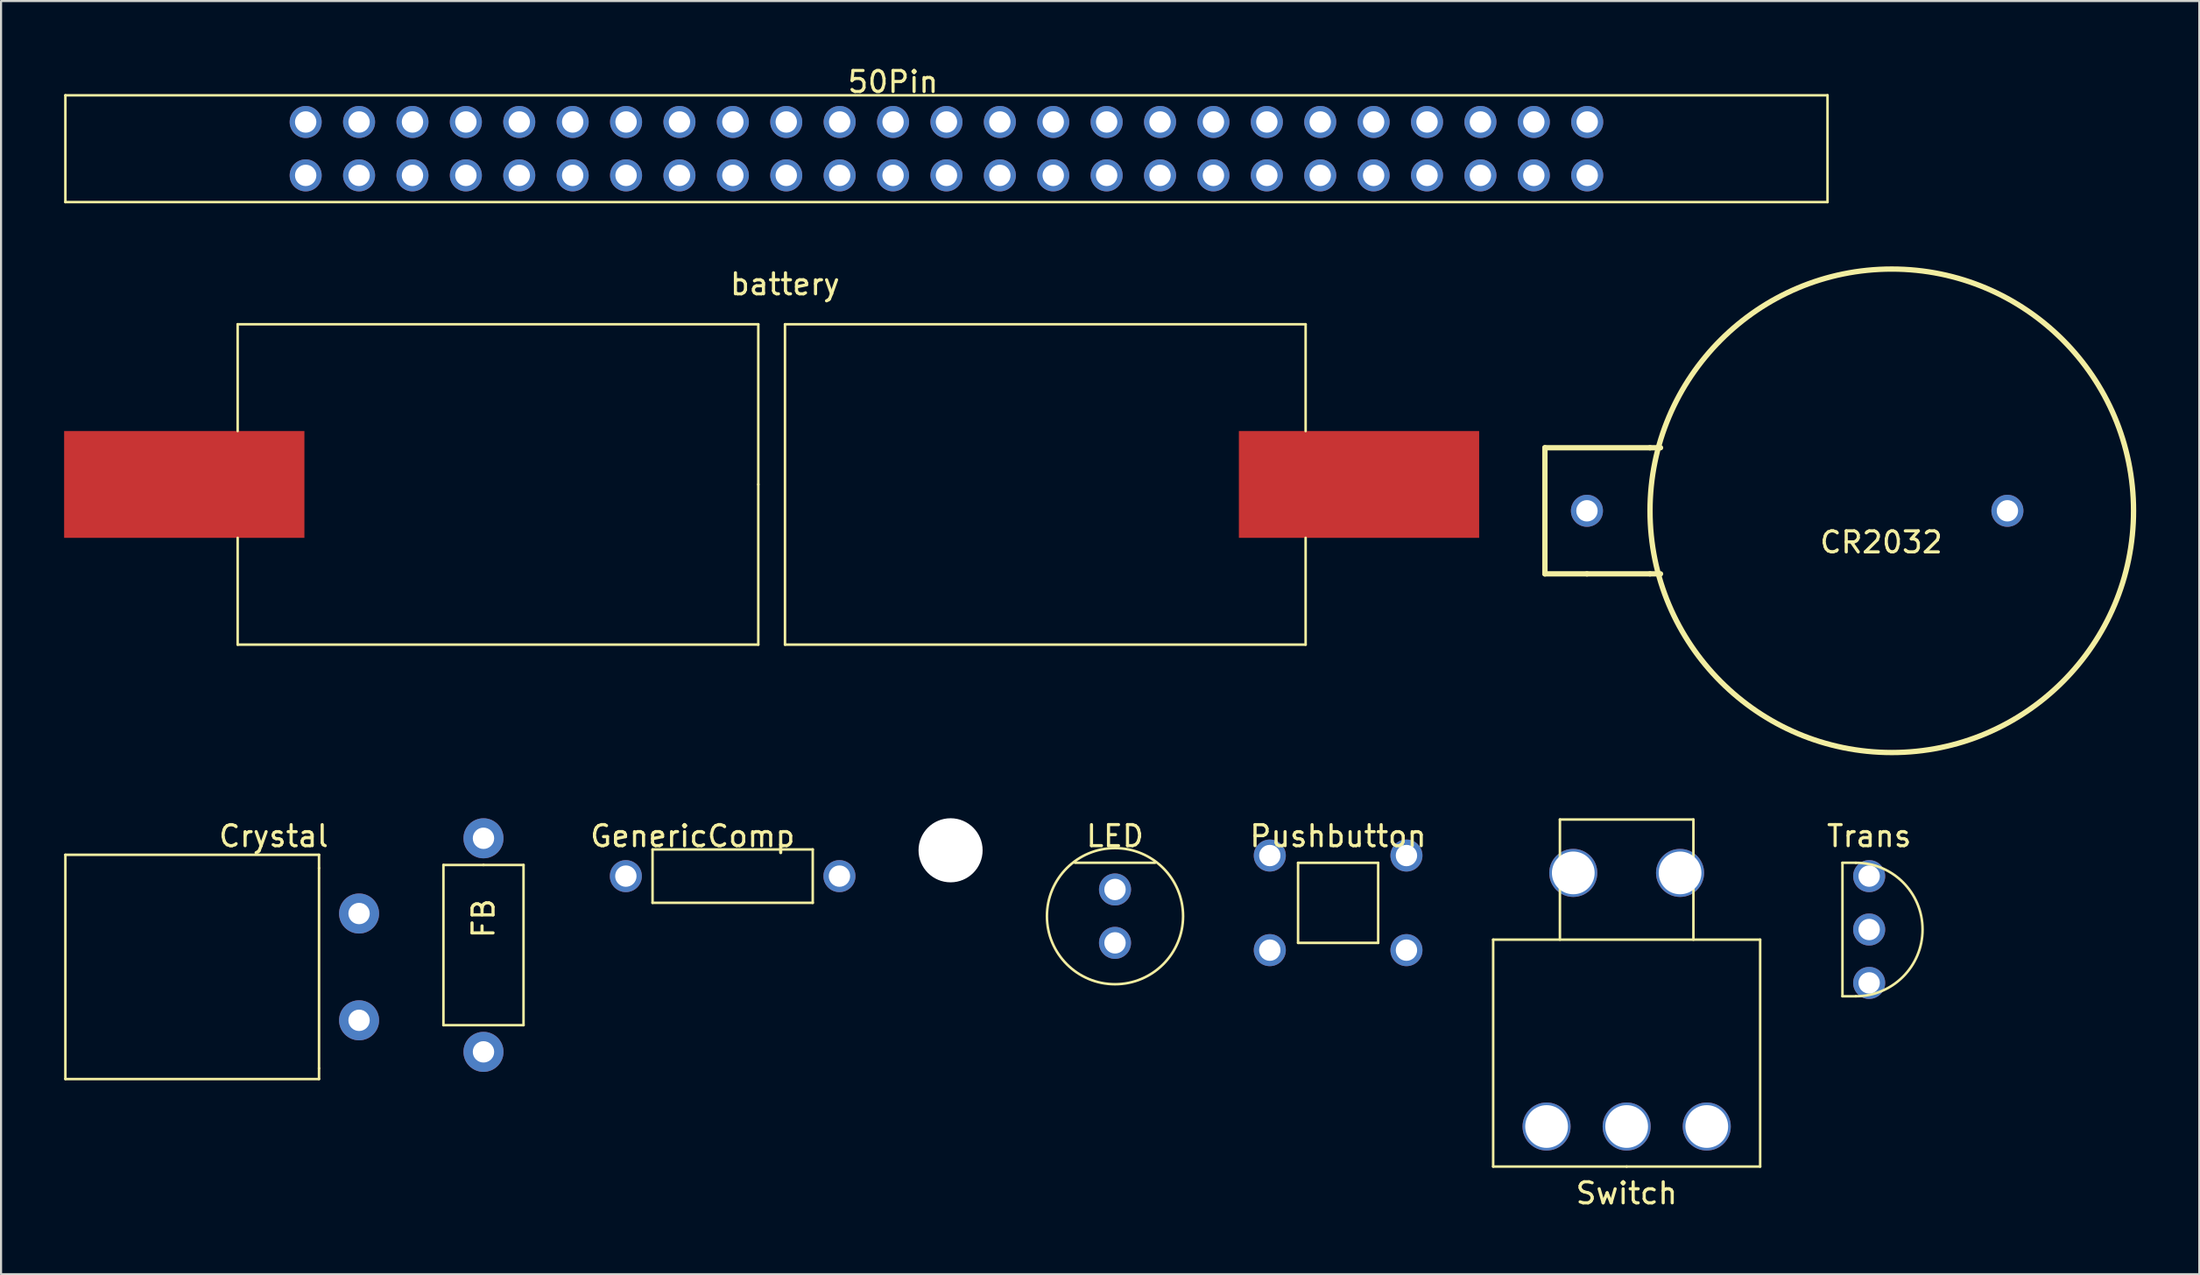
<source format=kicad_pcb>
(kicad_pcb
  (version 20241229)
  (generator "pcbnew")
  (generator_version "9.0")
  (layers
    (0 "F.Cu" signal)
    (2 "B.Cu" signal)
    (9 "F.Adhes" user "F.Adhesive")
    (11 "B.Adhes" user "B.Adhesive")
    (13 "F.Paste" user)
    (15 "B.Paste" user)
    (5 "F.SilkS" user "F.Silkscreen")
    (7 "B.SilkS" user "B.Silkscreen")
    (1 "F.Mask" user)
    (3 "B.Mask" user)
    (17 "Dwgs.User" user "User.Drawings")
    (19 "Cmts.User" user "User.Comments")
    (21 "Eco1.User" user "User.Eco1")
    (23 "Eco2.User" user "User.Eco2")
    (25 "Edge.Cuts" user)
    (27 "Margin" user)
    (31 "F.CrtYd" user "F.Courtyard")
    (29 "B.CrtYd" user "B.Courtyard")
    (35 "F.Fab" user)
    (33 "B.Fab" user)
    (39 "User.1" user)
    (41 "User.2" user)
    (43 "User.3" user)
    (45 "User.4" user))
  (footprint "Trans"
    (layer "F.Cu")
    (at 85.861 41.17)
    (property "Reference" "Trans" (at 0 -4.445 0) (layer "F.SilkS") (effects (font (size 1 1) (thickness 0.15))))
    (attr through_hole)
    (fp_line (start -1.27 -3.175) (end -1.27 3.175) (stroke (width 0.12) (type solid)) (layer "F.SilkS"))
    (fp_line (start -1.27 3.175) (end -0.635 3.175) (stroke (width 0.12) (type solid)) (layer "F.SilkS"))
    (fp_line (start -0.635 -3.175) (end -1.27 -3.175) (stroke (width 0.12) (type solid)) (layer "F.SilkS"))
    (fp_arc (start -0.635 -3.175) (mid 2.54 0) (end -0.635 3.175) (stroke (width 0.12) (type solid)) (layer "F.SilkS"))
    (pad "1" thru_hole circle (at 0 -2.54) (size 1.524 1.524) (drill 1.016) (layers "*.Cu" "*.Mask"))
    (pad "2" thru_hole circle (at 0 0) (size 1.524 1.524) (drill 1.016) (layers "*.Cu" "*.Mask"))
    (pad "3" thru_hole circle (at 0 2.54) (size 1.524 1.524) (drill 1.016) (layers "*.Cu" "*.Mask")))
  (footprint "hole"
    (layer "F.Cu")
    (at 42.166 37.401)
    (property "Reference" "hole" (at 0 0.635 0) (layer "F.SilkS") (effects (font (size 0.254 0.254) (thickness 0.064))))
    (attr through_hole)
    (pad "" np_thru_hole circle (at 0 0) (size 3.048 3.048) (drill 3.048) (layers "*.Cu" "*.Mask")))
  (footprint "battery"
    (layer "F.Cu")
    (at 33.655 19.997)
    (property "Reference" "battery" (at 0.635 -9.525 0) (layer "F.SilkS") (effects (font (size 1 1) (thickness 0.15))))
    (attr through_hole)
    (fp_line (start -25.4 -7.62) (end -25.4 -2.54) (stroke (width 0.12) (type solid)) (layer "F.SilkS"))
    (fp_line (start -25.4 -7.62) (end -0.635 -7.62) (stroke (width 0.12) (type solid)) (layer "F.SilkS"))
    (fp_line (start -25.4 7.62) (end -25.4 2.54) (stroke (width 0.12) (type solid)) (layer "F.SilkS"))
    (fp_line (start -0.635 0) (end -0.635 -7.62) (stroke (width 0.12) (type solid)) (layer "F.SilkS"))
    (fp_line (start -0.635 0) (end -0.635 7.62) (stroke (width 0.12) (type solid)) (layer "F.SilkS"))
    (fp_line (start -0.635 7.62) (end -25.4 7.62) (stroke (width 0.12) (type solid)) (layer "F.SilkS"))
    (fp_line (start 0.635 -7.62) (end 25.4 -7.62) (stroke (width 0.12) (type solid)) (layer "F.SilkS"))
    (fp_line (start 0.635 7.62) (end 0.635 -7.62) (stroke (width 0.12) (type solid)) (layer "F.SilkS"))
    (fp_line (start 0.635 7.62) (end 25.4 7.62) (stroke (width 0.12) (type solid)) (layer "F.SilkS"))
    (fp_line (start 25.4 -7.62) (end 25.4 -2.54) (stroke (width 0.12) (type solid)) (layer "F.SilkS"))
    (fp_line (start 25.4 7.62) (end 25.4 2.54) (stroke (width 0.12) (type solid)) (layer "F.SilkS"))
    (pad "1" smd rect (at -27.94 0) (size 11.43 5.08) (layers "F.Cu" "F.Mask" "F.Paste"))
    (pad "2" smd rect (at 27.94 0) (size 11.43 5.08) (layers "F.Cu" "F.Mask" "F.Paste")))
  (footprint "FB"
    (layer "F.Cu")
    (at 19.948 41.91)
    (property "Reference" "FB" (at 0 -1.27 90) (layer "F.SilkS") (effects (font (size 1 1) (thickness 0.15))))
    (attr through_hole)
    (fp_line (start -1.905 -3.81) (end 0 -3.81) (stroke (width 0.12) (type solid)) (layer "F.SilkS"))
    (fp_line (start -1.905 3.81) (end -1.905 -3.81) (stroke (width 0.12) (type solid)) (layer "F.SilkS"))
    (fp_line (start 0 -3.81) (end 1.905 -3.81) (stroke (width 0.12) (type solid)) (layer "F.SilkS"))
    (fp_line (start 1.905 -3.81) (end 1.905 3.81) (stroke (width 0.12) (type solid)) (layer "F.SilkS"))
    (fp_line (start 1.905 3.81) (end -1.905 3.81) (stroke (width 0.12) (type solid)) (layer "F.SilkS"))
    (pad "1" thru_hole circle (at 0 -5.08) (size 1.905 1.905) (drill 1.016) (layers "*.Cu" "*.Mask"))
    (pad "2" thru_hole circle (at 0 5.08) (size 1.905 1.905) (drill 1.016) (layers "*.Cu" "*.Mask")))
  (footprint "LED"
    (layer "F.Cu")
    (at 49.988 40.535)
    (property "Reference" "LED" (at 0 -3.81 0) (layer "F.SilkS") (effects (font (size 1 1) (thickness 0.15))))
    (attr through_hole)
    (fp_line (start 1.905 -2.54) (end -1.905 -2.54) (stroke (width 0.12) (type solid)) (layer "F.SilkS"))
    (fp_circle (center 0 0) (end -3.175 0.635) (stroke (width 0.12) (type solid)) (fill no) (layer "F.SilkS"))
    (pad "1" thru_hole circle (at 0 -1.27) (size 1.524 1.524) (drill 1.016) (layers "*.Cu" "*.Mask"))
    (pad "2" thru_hole circle (at 0 1.27) (size 1.524 1.524) (drill 1.016) (layers "*.Cu" "*.Mask")))
  (footprint "50Pin"
    (layer "F.Cu")
    (at 41.97 4.023)
    (property "Reference" "50Pin" (at -2.54 -3.175 0) (layer "F.SilkS") (effects (font (size 1 1) (thickness 0.15))))
    (attr through_hole)
    (fp_line (start -41.91 -2.54) (end -41.91 2.54) (stroke (width 0.12) (type solid)) (layer "F.SilkS"))
    (fp_line (start -41.91 2.54) (end 41.91 2.54) (stroke (width 0.12) (type solid)) (layer "F.SilkS"))
    (fp_line (start 41.91 -2.54) (end -41.91 -2.54) (stroke (width 0.12) (type solid)) (layer "F.SilkS"))
    (fp_line (start 41.91 2.54) (end 41.91 -2.54) (stroke (width 0.12) (type solid)) (layer "F.SilkS"))
    (pad "1" thru_hole circle (at -30.48 -1.27 90) (size 1.524 1.524) (drill 1.016) (layers "*.Cu" "*.Mask"))
    (pad "2" thru_hole circle (at -30.48 1.27 90) (size 1.524 1.524) (drill 1.016) (layers "*.Cu" "*.Mask"))
    (pad "3" thru_hole circle (at -27.94 -1.27 90) (size 1.524 1.524) (drill 1.016) (layers "*.Cu" "*.Mask"))
    (pad "4" thru_hole circle (at -27.94 1.27 90) (size 1.524 1.524) (drill 1.016) (layers "*.Cu" "*.Mask"))
    (pad "5" thru_hole circle (at -25.4 -1.27 90) (size 1.524 1.524) (drill 1.016) (layers "*.Cu" "*.Mask"))
    (pad "6" thru_hole circle (at -25.4 1.27 90) (size 1.524 1.524) (drill 1.016) (layers "*.Cu" "*.Mask"))
    (pad "7" thru_hole circle (at -22.86 -1.27 90) (size 1.524 1.524) (drill 1.016) (layers "*.Cu" "*.Mask"))
    (pad "8" thru_hole circle (at -22.86 1.27 90) (size 1.524 1.524) (drill 1.016) (layers "*.Cu" "*.Mask"))
    (pad "9" thru_hole circle (at -20.32 -1.27 90) (size 1.524 1.524) (drill 1.016) (layers "*.Cu" "*.Mask"))
    (pad "10" thru_hole circle (at -20.32 1.27 90) (size 1.524 1.524) (drill 1.016) (layers "*.Cu" "*.Mask"))
    (pad "11" thru_hole circle (at -17.78 -1.27 90) (size 1.524 1.524) (drill 1.016) (layers "*.Cu" "*.Mask"))
    (pad "12" thru_hole circle (at -17.78 1.27 90) (size 1.524 1.524) (drill 1.016) (layers "*.Cu" "*.Mask"))
    (pad "13" thru_hole circle (at -15.24 -1.27 90) (size 1.524 1.524) (drill 1.016) (layers "*.Cu" "*.Mask"))
    (pad "14" thru_hole circle (at -15.24 1.27 90) (size 1.524 1.524) (drill 1.016) (layers "*.Cu" "*.Mask"))
    (pad "15" thru_hole circle (at -12.7 -1.27 90) (size 1.524 1.524) (drill 1.016) (layers "*.Cu" "*.Mask"))
    (pad "16" thru_hole circle (at -12.7 1.27 90) (size 1.524 1.524) (drill 1.016) (layers "*.Cu" "*.Mask"))
    (pad "17" thru_hole circle (at -10.16 -1.27 90) (size 1.524 1.524) (drill 1.016) (layers "*.Cu" "*.Mask"))
    (pad "18" thru_hole circle (at -10.16 1.27 90) (size 1.524 1.524) (drill 1.016) (layers "*.Cu" "*.Mask"))
    (pad "19" thru_hole circle (at -7.62 -1.27 90) (size 1.524 1.524) (drill 1.016) (layers "*.Cu" "*.Mask"))
    (pad "20" thru_hole circle (at -7.62 1.27 90) (size 1.524 1.524) (drill 1.016) (layers "*.Cu" "*.Mask"))
    (pad "21" thru_hole circle (at -5.08 -1.27 90) (size 1.524 1.524) (drill 1.016) (layers "*.Cu" "*.Mask"))
    (pad "22" thru_hole circle (at -5.08 1.27 90) (size 1.524 1.524) (drill 1.016) (layers "*.Cu" "*.Mask"))
    (pad "23" thru_hole circle (at -2.54 -1.27 90) (size 1.524 1.524) (drill 1.016) (layers "*.Cu" "*.Mask"))
    (pad "24" thru_hole circle (at -2.54 1.27 90) (size 1.524 1.524) (drill 1.016) (layers "*.Cu" "*.Mask"))
    (pad "25" thru_hole circle (at 0 -1.27 90) (size 1.524 1.524) (drill 1.016) (layers "*.Cu" "*.Mask"))
    (pad "26" thru_hole circle (at 0 1.27 90) (size 1.524 1.524) (drill 1.016) (layers "*.Cu" "*.Mask"))
    (pad "27" thru_hole circle (at 2.54 -1.27 90) (size 1.524 1.524) (drill 1.016) (layers "*.Cu" "*.Mask"))
    (pad "28" thru_hole circle (at 2.54 1.27 90) (size 1.524 1.524) (drill 1.016) (layers "*.Cu" "*.Mask"))
    (pad "29" thru_hole circle (at 5.08 -1.27 90) (size 1.524 1.524) (drill 1.016) (layers "*.Cu" "*.Mask"))
    (pad "30" thru_hole circle (at 5.08 1.27 90) (size 1.524 1.524) (drill 1.016) (layers "*.Cu" "*.Mask"))
    (pad "31" thru_hole circle (at 7.62 -1.27 90) (size 1.524 1.524) (drill 1.016) (layers "*.Cu" "*.Mask"))
    (pad "32" thru_hole circle (at 7.62 1.27 90) (size 1.524 1.524) (drill 1.016) (layers "*.Cu" "*.Mask"))
    (pad "33" thru_hole circle (at 10.16 -1.27 90) (size 1.524 1.524) (drill 1.016) (layers "*.Cu" "*.Mask"))
    (pad "34" thru_hole circle (at 10.16 1.27 90) (size 1.524 1.524) (drill 1.016) (layers "*.Cu" "*.Mask"))
    (pad "35" thru_hole circle (at 12.7 -1.27 90) (size 1.524 1.524) (drill 1.016) (layers "*.Cu" "*.Mask"))
    (pad "36" thru_hole circle (at 12.7 1.27 90) (size 1.524 1.524) (drill 1.016) (layers "*.Cu" "*.Mask"))
    (pad "37" thru_hole circle (at 15.24 -1.27 90) (size 1.524 1.524) (drill 1.016) (layers "*.Cu" "*.Mask"))
    (pad "38" thru_hole circle (at 15.24 1.27 90) (size 1.524 1.524) (drill 1.016) (layers "*.Cu" "*.Mask"))
    (pad "39" thru_hole circle (at 17.78 -1.27 90) (size 1.524 1.524) (drill 1.016) (layers "*.Cu" "*.Mask"))
    (pad "40" thru_hole circle (at 17.78 1.27 90) (size 1.524 1.524) (drill 1.016) (layers "*.Cu" "*.Mask"))
    (pad "41" thru_hole circle (at 20.32 -1.27 90) (size 1.524 1.524) (drill 1.016) (layers "*.Cu" "*.Mask"))
    (pad "42" thru_hole circle (at 20.32 1.27 90) (size 1.524 1.524) (drill 1.016) (layers "*.Cu" "*.Mask"))
    (pad "43" thru_hole circle (at 22.86 -1.27 90) (size 1.524 1.524) (drill 1.016) (layers "*.Cu" "*.Mask"))
    (pad "44" thru_hole circle (at 22.86 1.27 90) (size 1.524 1.524) (drill 1.016) (layers "*.Cu" "*.Mask"))
    (pad "45" thru_hole circle (at 25.4 -1.27 90) (size 1.524 1.524) (drill 1.016) (layers "*.Cu" "*.Mask"))
    (pad "46" thru_hole circle (at 25.4 1.27 90) (size 1.524 1.524) (drill 1.016) (layers "*.Cu" "*.Mask"))
    (pad "47" thru_hole circle (at 27.94 -1.27 90) (size 1.524 1.524) (drill 1.016) (layers "*.Cu" "*.Mask"))
    (pad "48" thru_hole circle (at 27.94 1.27 90) (size 1.524 1.524) (drill 1.016) (layers "*.Cu" "*.Mask"))
    (pad "49" thru_hole circle (at 30.48 -1.27 90) (size 1.524 1.524) (drill 1.016) (layers "*.Cu" "*.Mask"))
    (pad "50" thru_hole circle (at 30.48 1.27 90) (size 1.524 1.524) (drill 1.016) (layers "*.Cu" "*.Mask")))
  (footprint "CR2032"
    (layer "F.Cu")
    (at 82.437 21.25)
    (property "Reference" "CR2032" (at 4 1.5 0) (layer "F.SilkS") (effects (font (size 1 1) (thickness 0.15))))
    (attr through_hole)
    (fp_line (start -12 -3) (end -7 -3) (stroke (width 0.254) (type solid)) (layer "F.SilkS"))
    (fp_line (start -12 3) (end -12 -3) (stroke (width 0.254) (type solid)) (layer "F.SilkS"))
    (fp_line (start -10 3) (end -12 3) (stroke (width 0.254) (type solid)) (layer "F.SilkS"))
    (fp_line (start -10 3) (end -7 3) (stroke (width 0.254) (type solid)) (layer "F.SilkS"))
    (fp_line (start -7 -3) (end -6.5 -3) (stroke (width 0.254) (type solid)) (layer "F.SilkS"))
    (fp_line (start -7 3) (end -6.5 3) (stroke (width 0.254) (type solid)) (layer "F.SilkS"))
    (fp_circle (center 4.5 0) (end 16 0) (stroke (width 0.254) (type solid)) (fill no) (layer "F.SilkS"))
    (pad "1" thru_hole circle (at -10 0) (size 1.524 1.524) (drill 1.016) (layers "*.Cu" "*.Mask"))
    (pad "2" thru_hole circle (at 10 0) (size 1.524 1.524) (drill 1.016) (layers "*.Cu" "*.Mask")))
  (footprint "Crystal"
    (layer "F.Cu")
    (at 10.855 42.949)
    (property "Reference" "Crystal" (at -0.889 -6.223 0) (layer "F.SilkS") (effects (font (size 1 1) (thickness 0.15))))
    (attr through_hole)
    (fp_line (start -10.795 5.334) (end -10.795 -5.334) (stroke (width 0.12) (type solid)) (layer "F.SilkS"))
    (fp_line (start 1.27 -5.334) (end -10.795 -5.334) (stroke (width 0.12) (type solid)) (layer "F.SilkS"))
    (fp_line (start 1.27 -4.699) (end 1.27 -5.334) (stroke (width 0.12) (type solid)) (layer "F.SilkS"))
    (fp_line (start 1.27 -4.699) (end 1.27 4.826) (stroke (width 0.12) (type solid)) (layer "F.SilkS"))
    (fp_line (start 1.27 4.826) (end 1.27 5.334) (stroke (width 0.12) (type solid)) (layer "F.SilkS"))
    (fp_line (start 1.27 5.334) (end -10.795 5.334) (stroke (width 0.12) (type solid)) (layer "F.SilkS"))
    (pad "1" thru_hole circle (at 3.175 2.54) (size 1.905 1.905) (drill 1.016) (layers "*.Cu" "*.Mask"))
    (pad "2" thru_hole circle (at 3.175 -2.54) (size 1.905 1.905) (drill 1.016) (layers "*.Cu" "*.Mask")))
  (footprint "Pushbutton"
    (layer "F.Cu")
    (at 60.601 39.901)
    (property "Reference" "Pushbutton" (at 0 -3.175 0) (layer "F.SilkS") (effects (font (size 1 1) (thickness 0.15))))
    (attr through_hole)
    (fp_line (start -1.905 -1.905) (end 1.905 -1.905) (stroke (width 0.12) (type solid)) (layer "F.SilkS"))
    (fp_line (start -1.905 1.905) (end -1.905 -1.905) (stroke (width 0.12) (type solid)) (layer "F.SilkS"))
    (fp_line (start 1.905 -1.905) (end 1.905 1.905) (stroke (width 0.12) (type solid)) (layer "F.SilkS"))
    (fp_line (start 1.905 1.905) (end -1.905 1.905) (stroke (width 0.12) (type solid)) (layer "F.SilkS"))
    (pad "1" thru_hole circle (at -3.25 -2.25) (size 1.524 1.524) (drill 1.016) (layers "*.Cu" "*.Mask"))
    (pad "2" thru_hole circle (at 3.25 -2.25) (size 1.524 1.524) (drill 1.016) (layers "*.Cu" "*.Mask"))
    (pad "3" thru_hole circle (at -3.25 2.25) (size 1.524 1.524) (drill 1.016) (layers "*.Cu" "*.Mask"))
    (pad "4" thru_hole circle (at 3.25 2.25) (size 1.524 1.524) (drill 1.016) (layers "*.Cu" "*.Mask")))
  (footprint "Switch"
    (layer "F.Cu")
    (at 74.326 50.542)
    (property "Reference" "Switch" (at 0 3.175 0) (layer "F.SilkS") (effects (font (size 1 1) (thickness 0.15))))
    (attr through_hole)
    (fp_line (start -6.35 -8.89) (end 6.35 -8.89) (stroke (width 0.12) (type solid)) (layer "F.SilkS"))
    (fp_line (start -6.35 1.905) (end -6.35 -8.89) (stroke (width 0.12) (type solid)) (layer "F.SilkS"))
    (fp_line (start -3.175 -8.89) (end -3.175 -14.605) (stroke (width 0.12) (type solid)) (layer "F.SilkS"))
    (fp_line (start 0 1.905) (end -6.35 1.905) (stroke (width 0.12) (type solid)) (layer "F.SilkS"))
    (fp_line (start 0 1.905) (end 6.35 1.905) (stroke (width 0.12) (type solid)) (layer "F.SilkS"))
    (fp_line (start 3.175 -14.605) (end -3.175 -14.605) (stroke (width 0.12) (type solid)) (layer "F.SilkS"))
    (fp_line (start 3.175 -14.605) (end 3.175 -8.89) (stroke (width 0.12) (type solid)) (layer "F.SilkS"))
    (fp_line (start 6.35 -8.89) (end 6.35 1.905) (stroke (width 0.12) (type solid)) (layer "F.SilkS"))
    (pad "" thru_hole circle (at -2.54 -12.065) (size 2.286 2.286) (drill 2.032) (layers "*.Cu" "*.Mask"))
    (pad "" thru_hole circle (at 2.54 -12.065) (size 2.286 2.286) (drill 2.032) (layers "*.Cu" "*.Mask"))
    (pad "1" thru_hole circle (at -3.81 0) (size 2.286 2.286) (drill 2.032) (layers "*.Cu" "*.Mask"))
    (pad "2" thru_hole circle (at 0 0) (size 2.286 2.286) (drill 2.032) (layers "*.Cu" "*.Mask"))
    (pad "3" thru_hole circle (at 3.81 0) (size 2.286 2.286) (drill 2.032) (layers "*.Cu" "*.Mask")))
  (footprint "GenericComp"
    (layer "F.Cu")
    (at 31.8 38.63)
    (property "Reference" "GenericComp" (at -1.905 -1.905 0) (layer "F.SilkS") (effects (font (size 1 1) (thickness 0.15))))
    (attr through_hole)
    (fp_line (start -3.81 -1.27) (end 3.81 -1.27) (stroke (width 0.12) (type solid)) (layer "F.SilkS"))
    (fp_line (start -3.81 1.27) (end -3.81 -1.27) (stroke (width 0.12) (type solid)) (layer "F.SilkS"))
    (fp_line (start 3.81 -1.27) (end 3.81 1.27) (stroke (width 0.12) (type solid)) (layer "F.SilkS"))
    (fp_line (start 3.81 1.27) (end -3.81 1.27) (stroke (width 0.12) (type solid)) (layer "F.SilkS"))
    (pad "1" thru_hole circle (at -5.08 0) (size 1.524 1.524) (drill 1.016) (layers "*.Cu" "*.Mask"))
    (pad "2" thru_hole circle (at 5.08 0) (size 1.524 1.524) (drill 1.016) (layers "*.Cu" "*.Mask")))
  (gr_rect
    (start -3 -3)
    (end 101.564 57.566)
    (stroke (width 0.1) (type default))
    (fill no)
    (layer "Edge.Cuts")))
</source>
